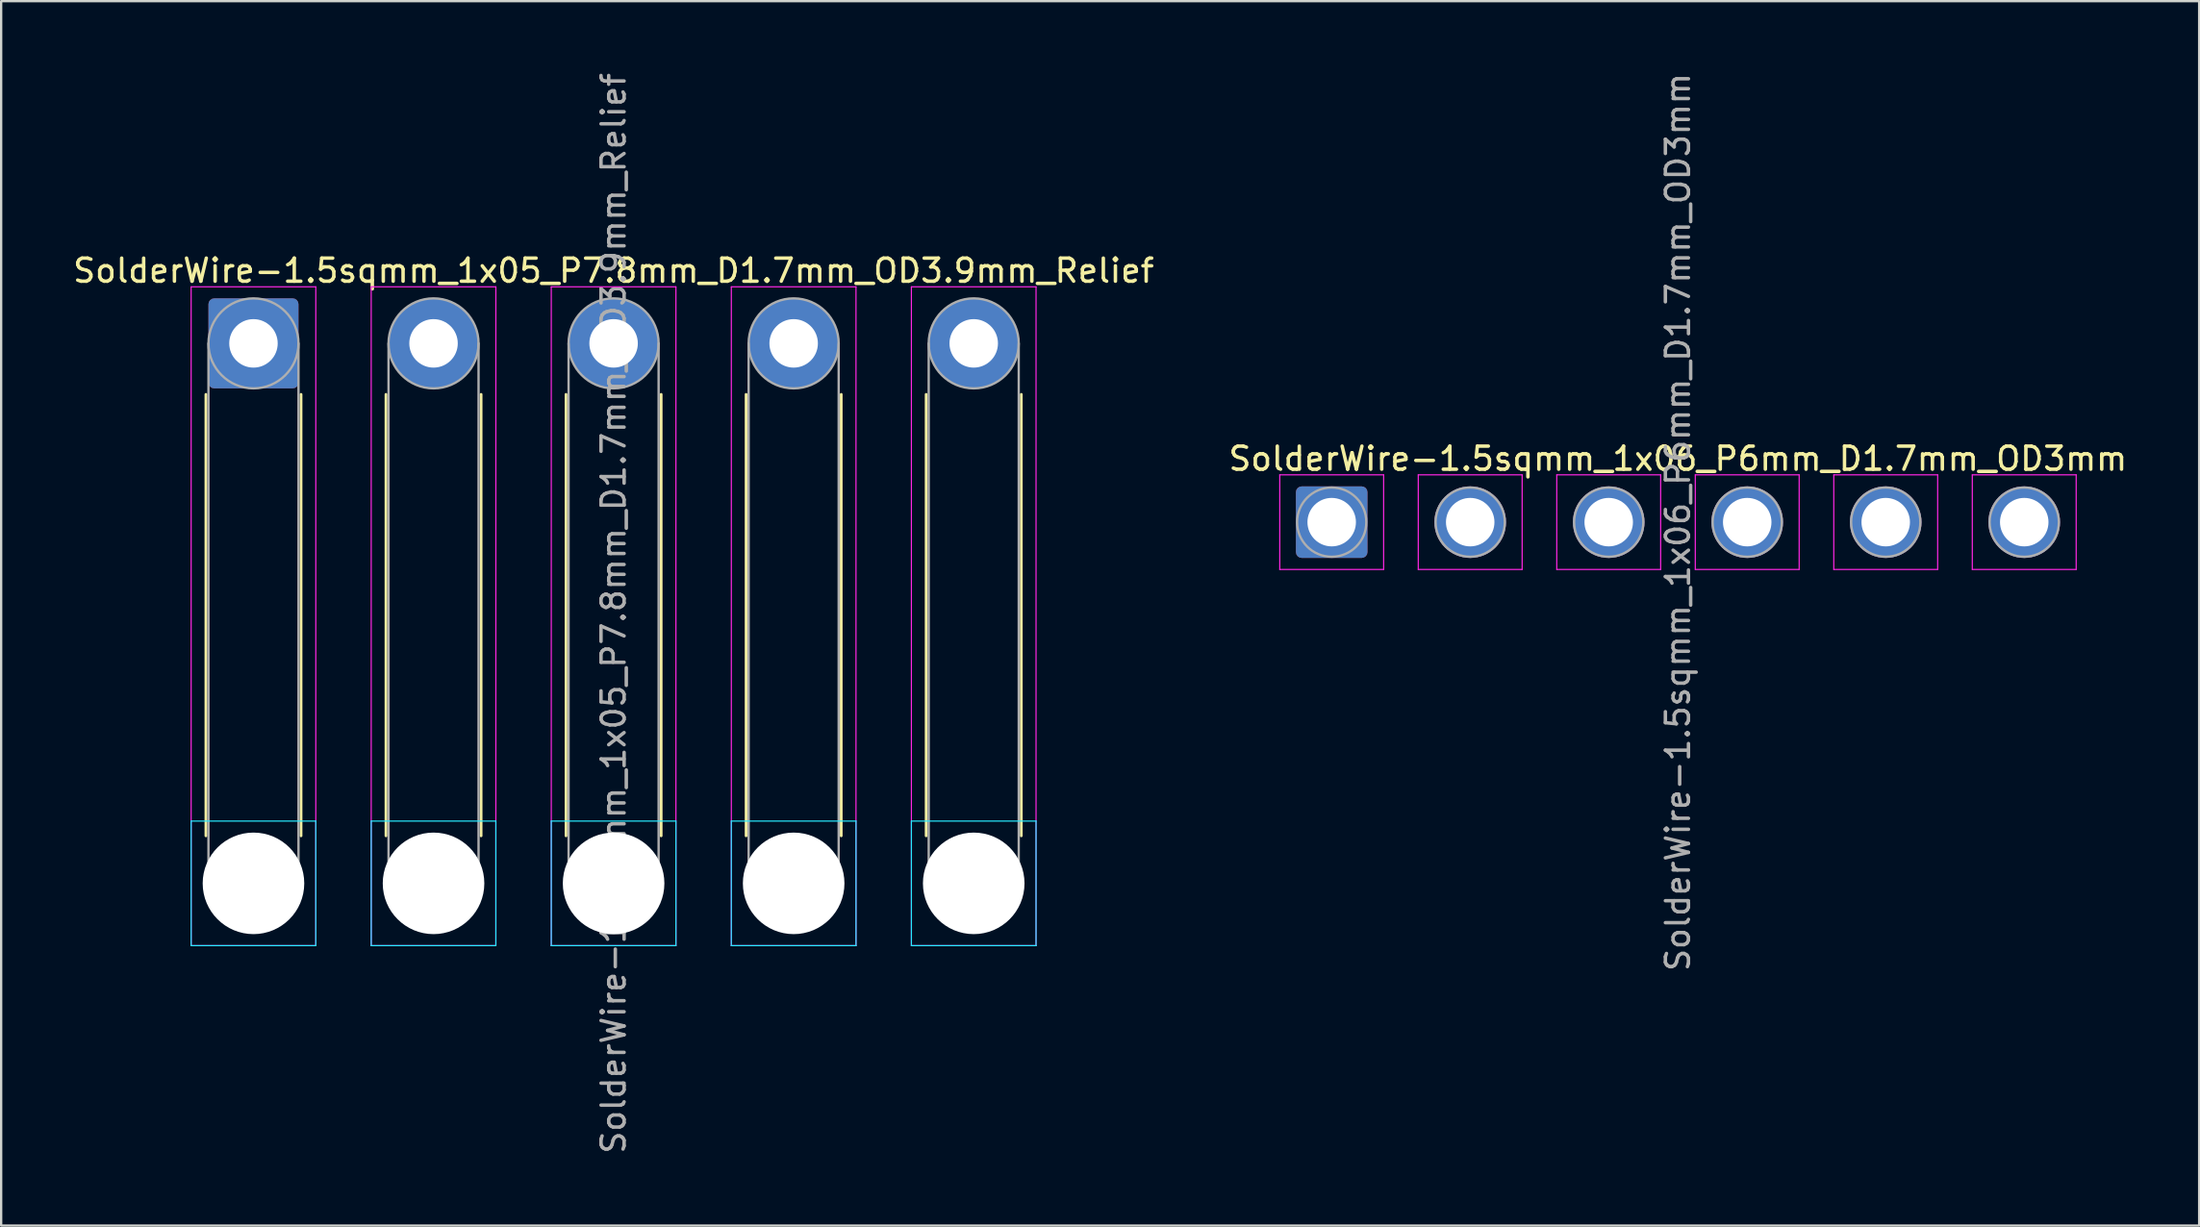
<source format=kicad_pcb>
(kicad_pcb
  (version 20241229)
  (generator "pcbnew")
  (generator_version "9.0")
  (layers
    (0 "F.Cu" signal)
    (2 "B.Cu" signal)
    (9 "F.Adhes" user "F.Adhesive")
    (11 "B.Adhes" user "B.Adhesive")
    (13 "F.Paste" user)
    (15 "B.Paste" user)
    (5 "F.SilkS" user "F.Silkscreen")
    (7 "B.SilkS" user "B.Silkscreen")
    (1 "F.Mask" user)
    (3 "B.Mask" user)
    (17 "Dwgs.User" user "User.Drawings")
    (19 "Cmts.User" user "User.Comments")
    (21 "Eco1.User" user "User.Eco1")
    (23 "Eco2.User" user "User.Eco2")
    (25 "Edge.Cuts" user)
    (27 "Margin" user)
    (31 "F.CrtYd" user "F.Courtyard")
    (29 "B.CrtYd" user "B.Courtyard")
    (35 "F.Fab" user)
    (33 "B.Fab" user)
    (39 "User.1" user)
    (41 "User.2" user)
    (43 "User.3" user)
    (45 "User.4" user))
  (footprint "SolderWire-1.5sqmm_1x06_P6mm_D1.7mm_OD3mm"
    (layer "F.Cu")
    (at 54.637 19.577)
    (property "Reference" "SolderWire-1.5sqmm_1x06_P6mm_D1.7mm_OD3mm" (at 15 -2.75 0) (layer "F.SilkS") (effects (font (size 1 1) (thickness 0.15))))
    (attr exclude_from_pos_files exclude_from_bom)
    (fp_line (start -2.25 -2.05) (end -2.25 2.05) (stroke (width 0.05) (type solid)) (layer "F.CrtYd"))
    (fp_line (start -2.25 2.05) (end 2.25 2.05) (stroke (width 0.05) (type solid)) (layer "F.CrtYd"))
    (fp_line (start 2.25 -2.05) (end -2.25 -2.05) (stroke (width 0.05) (type solid)) (layer "F.CrtYd"))
    (fp_line (start 2.25 2.05) (end 2.25 -2.05) (stroke (width 0.05) (type solid)) (layer "F.CrtYd"))
    (fp_line (start 3.75 -2.05) (end 3.75 2.05) (stroke (width 0.05) (type solid)) (layer "F.CrtYd"))
    (fp_line (start 3.75 2.05) (end 8.25 2.05) (stroke (width 0.05) (type solid)) (layer "F.CrtYd"))
    (fp_line (start 8.25 -2.05) (end 3.75 -2.05) (stroke (width 0.05) (type solid)) (layer "F.CrtYd"))
    (fp_line (start 8.25 2.05) (end 8.25 -2.05) (stroke (width 0.05) (type solid)) (layer "F.CrtYd"))
    (fp_line (start 9.75 -2.05) (end 9.75 2.05) (stroke (width 0.05) (type solid)) (layer "F.CrtYd"))
    (fp_line (start 9.75 2.05) (end 14.25 2.05) (stroke (width 0.05) (type solid)) (layer "F.CrtYd"))
    (fp_line (start 14.25 -2.05) (end 9.75 -2.05) (stroke (width 0.05) (type solid)) (layer "F.CrtYd"))
    (fp_line (start 14.25 2.05) (end 14.25 -2.05) (stroke (width 0.05) (type solid)) (layer "F.CrtYd"))
    (fp_line (start 15.75 -2.05) (end 15.75 2.05) (stroke (width 0.05) (type solid)) (layer "F.CrtYd"))
    (fp_line (start 15.75 2.05) (end 20.25 2.05) (stroke (width 0.05) (type solid)) (layer "F.CrtYd"))
    (fp_line (start 20.25 -2.05) (end 15.75 -2.05) (stroke (width 0.05) (type solid)) (layer "F.CrtYd"))
    (fp_line (start 20.25 2.05) (end 20.25 -2.05) (stroke (width 0.05) (type solid)) (layer "F.CrtYd"))
    (fp_line (start 21.75 -2.05) (end 21.75 2.05) (stroke (width 0.05) (type solid)) (layer "F.CrtYd"))
    (fp_line (start 21.75 2.05) (end 26.25 2.05) (stroke (width 0.05) (type solid)) (layer "F.CrtYd"))
    (fp_line (start 26.25 -2.05) (end 21.75 -2.05) (stroke (width 0.05) (type solid)) (layer "F.CrtYd"))
    (fp_line (start 26.25 2.05) (end 26.25 -2.05) (stroke (width 0.05) (type solid)) (layer "F.CrtYd"))
    (fp_line (start 27.75 -2.05) (end 27.75 2.05) (stroke (width 0.05) (type solid)) (layer "F.CrtYd"))
    (fp_line (start 27.75 2.05) (end 32.25 2.05) (stroke (width 0.05) (type solid)) (layer "F.CrtYd"))
    (fp_line (start 32.25 -2.05) (end 27.75 -2.05) (stroke (width 0.05) (type solid)) (layer "F.CrtYd"))
    (fp_line (start 32.25 2.05) (end 32.25 -2.05) (stroke (width 0.05) (type solid)) (layer "F.CrtYd"))
    (fp_circle (center 0 0) (end 1.5 0) (stroke (width 0.1) (type solid)) (fill no) (layer "F.Fab"))
    (fp_circle (center 6 0) (end 7.5 0) (stroke (width 0.1) (type solid)) (fill no) (layer "F.Fab"))
    (fp_circle (center 12 0) (end 13.5 0) (stroke (width 0.1) (type solid)) (fill no) (layer "F.Fab"))
    (fp_circle (center 18 0) (end 19.5 0) (stroke (width 0.1) (type solid)) (fill no) (layer "F.Fab"))
    (fp_circle (center 24 0) (end 25.5 0) (stroke (width 0.1) (type solid)) (fill no) (layer "F.Fab"))
    (fp_circle (center 30 0) (end 31.5 0) (stroke (width 0.1) (type solid)) (fill no) (layer "F.Fab"))
    (fp_text user "${REFERENCE}" (at 15 0 90) (layer "F.Fab") (effects (font (size 1 1) (thickness 0.15))))
    (pad "1" thru_hole roundrect (at 0 0) (size 3.1 3.1) (drill 2.1) (layers "*.Cu" "*.Mask") (roundrect_rratio 0.081))
    (pad "2" thru_hole circle (at 6 0) (size 3.1 3.1) (drill 2.1) (layers "*.Cu" "*.Mask"))
    (pad "3" thru_hole circle (at 12 0) (size 3.1 3.1) (drill 2.1) (layers "*.Cu" "*.Mask"))
    (pad "4" thru_hole circle (at 18 0) (size 3.1 3.1) (drill 2.1) (layers "*.Cu" "*.Mask"))
    (pad "5" thru_hole circle (at 24 0) (size 3.1 3.1) (drill 2.1) (layers "*.Cu" "*.Mask"))
    (pad "6" thru_hole circle (at 30 0) (size 3.1 3.1) (drill 2.1) (layers "*.Cu" "*.Mask")))
  (footprint "SolderWire-1.5sqmm_1x05_P7.8mm_D1.7mm_OD3.9mm_Relief"
    (layer "F.Cu")
    (at 7.93 11.83)
    (property "Reference" "SolderWire-1.5sqmm_1x05_P7.8mm_D1.7mm_OD3.9mm_Relief" (at 15.6 -3.15 0) (layer "F.SilkS") (effects (font (size 1 1) (thickness 0.15))))
    (attr exclude_from_pos_files exclude_from_bom)
    (fp_line (start -2.06 2.21) (end -2.06 21.34) (stroke (width 0.12) (type solid)) (layer "F.SilkS"))
    (fp_line (start 2.06 2.21) (end 2.06 21.34) (stroke (width 0.12) (type solid)) (layer "F.SilkS"))
    (fp_line (start 5.74 2.21) (end 5.74 21.34) (stroke (width 0.12) (type solid)) (layer "F.SilkS"))
    (fp_line (start 9.86 2.21) (end 9.86 21.34) (stroke (width 0.12) (type solid)) (layer "F.SilkS"))
    (fp_line (start 13.54 2.21) (end 13.54 21.34) (stroke (width 0.12) (type solid)) (layer "F.SilkS"))
    (fp_line (start 17.66 2.21) (end 17.66 21.34) (stroke (width 0.12) (type solid)) (layer "F.SilkS"))
    (fp_line (start 21.34 2.21) (end 21.34 21.34) (stroke (width 0.12) (type solid)) (layer "F.SilkS"))
    (fp_line (start 25.46 2.21) (end 25.46 21.34) (stroke (width 0.12) (type solid)) (layer "F.SilkS"))
    (fp_line (start 29.14 2.21) (end 29.14 21.34) (stroke (width 0.12) (type solid)) (layer "F.SilkS"))
    (fp_line (start 33.26 2.21) (end 33.26 21.34) (stroke (width 0.12) (type solid)) (layer "F.SilkS"))
    (fp_line (start -2.7 20.7) (end -2.7 26.1) (stroke (width 0.05) (type solid)) (layer "B.CrtYd"))
    (fp_line (start -2.7 26.1) (end 2.7 26.1) (stroke (width 0.05) (type solid)) (layer "B.CrtYd"))
    (fp_line (start 2.7 20.7) (end -2.7 20.7) (stroke (width 0.05) (type solid)) (layer "B.CrtYd"))
    (fp_line (start 2.7 26.1) (end 2.7 20.7) (stroke (width 0.05) (type solid)) (layer "B.CrtYd"))
    (fp_line (start 5.1 20.7) (end 5.1 26.1) (stroke (width 0.05) (type solid)) (layer "B.CrtYd"))
    (fp_line (start 5.1 26.1) (end 10.5 26.1) (stroke (width 0.05) (type solid)) (layer "B.CrtYd"))
    (fp_line (start 10.5 20.7) (end 5.1 20.7) (stroke (width 0.05) (type solid)) (layer "B.CrtYd"))
    (fp_line (start 10.5 26.1) (end 10.5 20.7) (stroke (width 0.05) (type solid)) (layer "B.CrtYd"))
    (fp_line (start 12.9 20.7) (end 12.9 26.1) (stroke (width 0.05) (type solid)) (layer "B.CrtYd"))
    (fp_line (start 12.9 26.1) (end 18.3 26.1) (stroke (width 0.05) (type solid)) (layer "B.CrtYd"))
    (fp_line (start 18.3 20.7) (end 12.9 20.7) (stroke (width 0.05) (type solid)) (layer "B.CrtYd"))
    (fp_line (start 18.3 26.1) (end 18.3 20.7) (stroke (width 0.05) (type solid)) (layer "B.CrtYd"))
    (fp_line (start 20.7 20.7) (end 20.7 26.1) (stroke (width 0.05) (type solid)) (layer "B.CrtYd"))
    (fp_line (start 20.7 26.1) (end 26.1 26.1) (stroke (width 0.05) (type solid)) (layer "B.CrtYd"))
    (fp_line (start 26.1 20.7) (end 20.7 20.7) (stroke (width 0.05) (type solid)) (layer "B.CrtYd"))
    (fp_line (start 26.1 26.1) (end 26.1 20.7) (stroke (width 0.05) (type solid)) (layer "B.CrtYd"))
    (fp_line (start 28.5 20.7) (end 28.5 26.1) (stroke (width 0.05) (type solid)) (layer "B.CrtYd"))
    (fp_line (start 28.5 26.1) (end 33.9 26.1) (stroke (width 0.05) (type solid)) (layer "B.CrtYd"))
    (fp_line (start 33.9 20.7) (end 28.5 20.7) (stroke (width 0.05) (type solid)) (layer "B.CrtYd"))
    (fp_line (start 33.9 26.1) (end 33.9 20.7) (stroke (width 0.05) (type solid)) (layer "B.CrtYd"))
    (fp_line (start -2.7 -2.45) (end -2.7 26.1) (stroke (width 0.05) (type solid)) (layer "F.CrtYd"))
    (fp_line (start -2.7 26.1) (end 2.7 26.1) (stroke (width 0.05) (type solid)) (layer "F.CrtYd"))
    (fp_line (start 2.7 -2.45) (end -2.7 -2.45) (stroke (width 0.05) (type solid)) (layer "F.CrtYd"))
    (fp_line (start 2.7 26.1) (end 2.7 -2.45) (stroke (width 0.05) (type solid)) (layer "F.CrtYd"))
    (fp_line (start 5.1 -2.45) (end 5.1 26.1) (stroke (width 0.05) (type solid)) (layer "F.CrtYd"))
    (fp_line (start 5.1 26.1) (end 10.5 26.1) (stroke (width 0.05) (type solid)) (layer "F.CrtYd"))
    (fp_line (start 10.5 -2.45) (end 5.1 -2.45) (stroke (width 0.05) (type solid)) (layer "F.CrtYd"))
    (fp_line (start 10.5 26.1) (end 10.5 -2.45) (stroke (width 0.05) (type solid)) (layer "F.CrtYd"))
    (fp_line (start 12.9 -2.45) (end 12.9 26.1) (stroke (width 0.05) (type solid)) (layer "F.CrtYd"))
    (fp_line (start 12.9 26.1) (end 18.3 26.1) (stroke (width 0.05) (type solid)) (layer "F.CrtYd"))
    (fp_line (start 18.3 -2.45) (end 12.9 -2.45) (stroke (width 0.05) (type solid)) (layer "F.CrtYd"))
    (fp_line (start 18.3 26.1) (end 18.3 -2.45) (stroke (width 0.05) (type solid)) (layer "F.CrtYd"))
    (fp_line (start 20.7 -2.45) (end 20.7 26.1) (stroke (width 0.05) (type solid)) (layer "F.CrtYd"))
    (fp_line (start 20.7 26.1) (end 26.1 26.1) (stroke (width 0.05) (type solid)) (layer "F.CrtYd"))
    (fp_line (start 26.1 -2.45) (end 20.7 -2.45) (stroke (width 0.05) (type solid)) (layer "F.CrtYd"))
    (fp_line (start 26.1 26.1) (end 26.1 -2.45) (stroke (width 0.05) (type solid)) (layer "F.CrtYd"))
    (fp_line (start 28.5 -2.45) (end 28.5 26.1) (stroke (width 0.05) (type solid)) (layer "F.CrtYd"))
    (fp_line (start 28.5 26.1) (end 33.9 26.1) (stroke (width 0.05) (type solid)) (layer "F.CrtYd"))
    (fp_line (start 33.9 -2.45) (end 28.5 -2.45) (stroke (width 0.05) (type solid)) (layer "F.CrtYd"))
    (fp_line (start 33.9 26.1) (end 33.9 -2.45) (stroke (width 0.05) (type solid)) (layer "F.CrtYd"))
    (fp_line (start -1.95 0) (end -1.95 23.4) (stroke (width 0.1) (type solid)) (layer "F.Fab"))
    (fp_line (start 1.95 0) (end 1.95 23.4) (stroke (width 0.1) (type solid)) (layer "F.Fab"))
    (fp_line (start 5.85 0) (end 5.85 23.4) (stroke (width 0.1) (type solid)) (layer "F.Fab"))
    (fp_line (start 9.75 0) (end 9.75 23.4) (stroke (width 0.1) (type solid)) (layer "F.Fab"))
    (fp_line (start 13.65 0) (end 13.65 23.4) (stroke (width 0.1) (type solid)) (layer "F.Fab"))
    (fp_line (start 17.55 0) (end 17.55 23.4) (stroke (width 0.1) (type solid)) (layer "F.Fab"))
    (fp_line (start 21.45 0) (end 21.45 23.4) (stroke (width 0.1) (type solid)) (layer "F.Fab"))
    (fp_line (start 25.35 0) (end 25.35 23.4) (stroke (width 0.1) (type solid)) (layer "F.Fab"))
    (fp_line (start 29.25 0) (end 29.25 23.4) (stroke (width 0.1) (type solid)) (layer "F.Fab"))
    (fp_line (start 33.15 0) (end 33.15 23.4) (stroke (width 0.1) (type solid)) (layer "F.Fab"))
    (fp_circle (center 0 0) (end 1.95 0) (stroke (width 0.1) (type solid)) (fill no) (layer "F.Fab"))
    (fp_circle (center 0 23.4) (end 1.95 23.4) (stroke (width 0.1) (type solid)) (fill no) (layer "F.Fab"))
    (fp_circle (center 7.8 0) (end 9.75 0) (stroke (width 0.1) (type solid)) (fill no) (layer "F.Fab"))
    (fp_circle (center 7.8 23.4) (end 9.75 23.4) (stroke (width 0.1) (type solid)) (fill no) (layer "F.Fab"))
    (fp_circle (center 15.6 0) (end 17.55 0) (stroke (width 0.1) (type solid)) (fill no) (layer "F.Fab"))
    (fp_circle (center 15.6 23.4) (end 17.55 23.4) (stroke (width 0.1) (type solid)) (fill no) (layer "F.Fab"))
    (fp_circle (center 23.4 0) (end 25.35 0) (stroke (width 0.1) (type solid)) (fill no) (layer "F.Fab"))
    (fp_circle (center 23.4 23.4) (end 25.35 23.4) (stroke (width 0.1) (type solid)) (fill no) (layer "F.Fab"))
    (fp_circle (center 31.2 0) (end 33.15 0) (stroke (width 0.1) (type solid)) (fill no) (layer "F.Fab"))
    (fp_circle (center 31.2 23.4) (end 33.15 23.4) (stroke (width 0.1) (type solid)) (fill no) (layer "F.Fab"))
    (fp_text user "${REFERENCE}" (at 15.6 11.7 90) (layer "F.Fab") (effects (font (size 1 1) (thickness 0.15))))
    (pad "" np_thru_hole circle (at 0 23.4) (size 4.4 4.4) (drill 4.4) (layers "*.Cu" "*.Mask"))
    (pad "" np_thru_hole circle (at 7.8 23.4) (size 4.4 4.4) (drill 4.4) (layers "*.Cu" "*.Mask"))
    (pad "" np_thru_hole circle (at 15.6 23.4) (size 4.4 4.4) (drill 4.4) (layers "*.Cu" "*.Mask"))
    (pad "" np_thru_hole circle (at 23.4 23.4) (size 4.4 4.4) (drill 4.4) (layers "*.Cu" "*.Mask"))
    (pad "" np_thru_hole circle (at 31.2 23.4) (size 4.4 4.4) (drill 4.4) (layers "*.Cu" "*.Mask"))
    (pad "1" thru_hole roundrect (at 0 0) (size 3.9 3.9) (drill 2.1) (layers "*.Cu" "*.Mask") (roundrect_rratio 0.064))
    (pad "2" thru_hole circle (at 7.8 0) (size 3.9 3.9) (drill 2.1) (layers "*.Cu" "*.Mask"))
    (pad "3" thru_hole circle (at 15.6 0) (size 3.9 3.9) (drill 2.1) (layers "*.Cu" "*.Mask"))
    (pad "4" thru_hole circle (at 23.4 0) (size 3.9 3.9) (drill 2.1) (layers "*.Cu" "*.Mask"))
    (pad "5" thru_hole circle (at 31.2 0) (size 3.9 3.9) (drill 2.1) (layers "*.Cu" "*.Mask")))
  (gr_rect
    (start -3 -3)
    (end 92.214 50.06)
    (stroke (width 0.1) (type default))
    (fill no)
    (layer "Edge.Cuts")))
</source>
